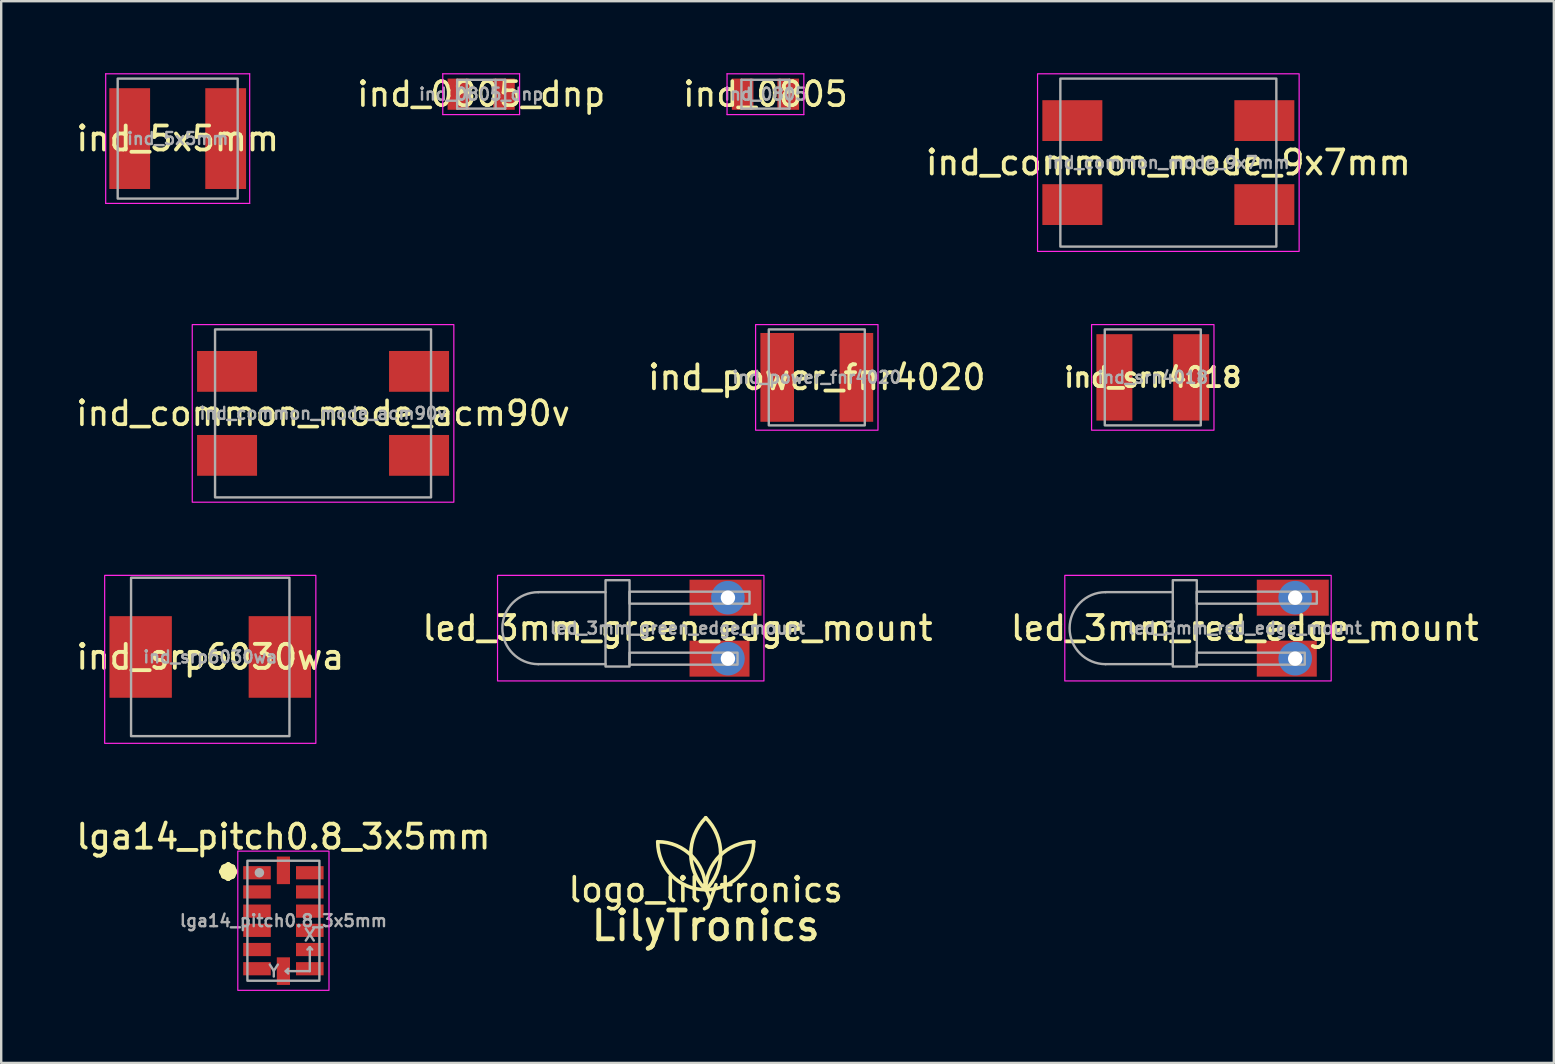
<source format=kicad_pcb>
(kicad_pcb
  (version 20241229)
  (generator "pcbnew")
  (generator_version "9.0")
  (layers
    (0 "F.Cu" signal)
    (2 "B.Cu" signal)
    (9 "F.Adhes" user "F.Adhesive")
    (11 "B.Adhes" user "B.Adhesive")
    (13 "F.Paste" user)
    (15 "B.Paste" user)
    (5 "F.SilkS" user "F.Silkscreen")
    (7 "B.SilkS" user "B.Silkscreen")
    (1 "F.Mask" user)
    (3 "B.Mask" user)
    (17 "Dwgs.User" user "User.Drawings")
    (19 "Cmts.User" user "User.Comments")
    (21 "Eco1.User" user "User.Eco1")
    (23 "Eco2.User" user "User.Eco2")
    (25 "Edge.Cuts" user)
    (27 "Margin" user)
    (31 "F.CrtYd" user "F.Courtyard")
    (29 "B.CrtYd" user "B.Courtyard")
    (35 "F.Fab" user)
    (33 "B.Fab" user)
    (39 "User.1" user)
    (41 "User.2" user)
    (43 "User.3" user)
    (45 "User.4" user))
  (footprint "lga14_pitch0.8_3x5mm"
    (layer "F.Cu")
    (at 8.759 35.316)
    (property "Reference" "lga14_pitch0.8_3x5mm" (at 0 -3.5 0) (layer "F.SilkS") (effects (font (size 1 1) (thickness 0.16))))
    (property "Pin_1_mark" "•" (at -2.3 -2.2 0) (layer "F.SilkS") (effects (font (size 2 2) (thickness 0.2))))
    (attr smd)
    (fp_rect (start -1.9 -2.9) (end 1.9 2.9) (stroke (width 0.05) (type solid)) (fill no) (layer "F.CrtYd"))
    (fp_line (start 0.1 2.1) (end 0.2 2) (stroke (width 0.1) (type default)) (layer "F.Fab"))
    (fp_line (start 0.1 2.1) (end 0.2 2.2) (stroke (width 0.1) (type default)) (layer "F.Fab"))
    (fp_line (start 1.1 1.1) (end 1 1.2) (stroke (width 0.1) (type default)) (layer "F.Fab"))
    (fp_line (start 1.1 1.1) (end 1.2 1.2) (stroke (width 0.1) (type default)) (layer "F.Fab"))
    (fp_line (start 1.1 2.1) (end 0.1 2.1) (stroke (width 0.1) (type default)) (layer "F.Fab"))
    (fp_line (start 1.1 2.1) (end 1.1 1.1) (stroke (width 0.1) (type default)) (layer "F.Fab"))
    (fp_rect (start -1.5 -2.5) (end 1.5 2.5) (stroke (width 0.1) (type solid)) (fill no) (layer "F.Fab"))
    (fp_circle (center -1 -2) (end -0.9 -2) (stroke (width 0.2) (type solid)) (fill no) (layer "F.Fab"))
    (fp_text user "${REFERENCE}" (at 0 0 0) (layer "F.Fab") (effects (font (size 0.5 0.5) (thickness 0.1))))
    (fp_text user "X" (at 1.1 0.6 0) (unlocked yes) (layer "F.Fab") (effects (font (size 0.5 0.5) (thickness 0.1) (bold yes))))
    (fp_text user "Y" (at -0.4 2.1 0) (unlocked yes) (layer "F.Fab") (effects (font (size 0.5 0.5) (thickness 0.1) (bold yes))))
    (pad "1" smd rect (at -1.1 -2) (size 1.15 0.55) (layers "F.Cu" "F.Mask" "F.Paste"))
    (pad "2" smd rect (at -1.1 -1.2) (size 1.15 0.55) (layers "F.Cu" "F.Mask" "F.Paste"))
    (pad "3" smd rect (at -1.1 -0.4) (size 1.15 0.55) (layers "F.Cu" "F.Mask" "F.Paste"))
    (pad "4" smd rect (at -1.1 0.4) (size 1.15 0.55) (layers "F.Cu" "F.Mask" "F.Paste"))
    (pad "5" smd rect (at -1.1 1.2) (size 1.15 0.55) (layers "F.Cu" "F.Mask" "F.Paste"))
    (pad "6" smd rect (at -1.1 2) (size 1.15 0.55) (layers "F.Cu" "F.Mask" "F.Paste"))
    (pad "7" smd rect (at 0 2.1 90) (size 1.15 0.55) (layers "F.Cu" "F.Mask" "F.Paste"))
    (pad "8" smd rect (at 1.1 2) (size 1.15 0.55) (layers "F.Cu" "F.Mask" "F.Paste"))
    (pad "9" smd rect (at 1.1 1.2) (size 1.15 0.55) (layers "F.Cu" "F.Mask" "F.Paste"))
    (pad "10" smd rect (at 1.1 0.4) (size 1.15 0.55) (layers "F.Cu" "F.Mask" "F.Paste"))
    (pad "11" smd rect (at 1.1 -0.4) (size 1.15 0.55) (layers "F.Cu" "F.Mask" "F.Paste"))
    (pad "12" smd rect (at 1.1 -1.2) (size 1.15 0.55) (layers "F.Cu" "F.Mask" "F.Paste"))
    (pad "13" smd rect (at 1.1 -2) (size 1.15 0.55) (layers "F.Cu" "F.Mask" "F.Paste"))
    (pad "14" smd rect (at 0 -2.1 90) (size 1.15 0.55) (layers "F.Cu" "F.Mask" "F.Paste")))
  (footprint "ind_srn4018"
    (layer "F.Cu")
    (at 44.985 12.675)
    (property "Reference" "ind_srn4018" (at 0 0 0) (layer "F.SilkS") (effects (font (size 0.8 0.8) (thickness 0.16))))
    (attr smd)
    (fp_rect (start -2.55 -2.2) (end 2.55 2.2) (stroke (width 0.05) (type solid)) (fill no) (layer "F.CrtYd"))
    (fp_rect (start -2 -2) (end 2 2) (stroke (width 0.1) (type solid)) (fill no) (layer "F.Fab"))
    (fp_text user "${REFERENCE}" (at 0 0 0) (layer "F.Fab") (effects (font (size 0.5 0.5) (thickness 0.1))))
    (pad "1" smd rect (at -1.6 0) (size 1.5 3.6) (layers "F.Cu" "F.Mask" "F.Paste"))
    (pad "2" smd rect (at 1.6 0) (size 1.5 3.6) (layers "F.Cu" "F.Mask" "F.Paste")))
  (footprint "led_3mm_green_edge_mount"
    (layer "F.Cu")
    (at 25.182 23.125)
    (property "Reference" "led_3mm_green_edge_mount" (at 0 0 0) (unlocked yes) (layer "F.SilkS") (effects (font (size 1 1) (thickness 0.16))))
    (attr through_hole exclude_from_pos_files)
    (fp_rect (start -7.5 -2.2) (end 3.6 2.2) (stroke (width 0.05) (type solid)) (fill no) (layer "F.CrtYd"))
    (fp_line (start -3 -1.5) (end -5.8 -1.5) (stroke (width 0.1) (type solid)) (layer "F.Fab"))
    (fp_line (start -3 1.5) (end -5.8 1.5) (stroke (width 0.1) (type solid)) (layer "F.Fab"))
    (fp_rect (start -3 -2) (end -2 1.6) (stroke (width 0.1) (type solid)) (fill no) (layer "F.Fab"))
    (fp_rect (start -2 -1.52) (end 3 -1.02) (stroke (width 0.1) (type solid)) (fill no) (layer "F.Fab"))
    (fp_rect (start -2 1.02) (end 2.5 1.52) (stroke (width 0.1) (type solid)) (fill no) (layer "F.Fab"))
    (fp_arc (start -5.8 1.5) (mid -7.3 0) (end -5.8 -1.5) (stroke (width 0.1) (type solid)) (layer "F.Fab"))
    (fp_text user "${REFERENCE}" (at 0 0 0) (unlocked yes) (layer "F.Fab") (effects (font (size 0.5 0.5) (thickness 0.1) (bold yes))))
    (pad "1" smd rect (at 2 -1.27) (size 3 1.5) (layers "F.Cu" "F.Mask"))
    (pad "1" thru_hole circle (at 2.1 -1.27) (size 1.4 1.4) (drill 0.6) (layers "*.Cu" "*.Mask"))
    (pad "2" smd rect (at 1.75 1.27) (size 2.5 1.5) (layers "F.Cu" "F.Mask"))
    (pad "2" thru_hole circle (at 2.1 1.27) (size 1.4 1.4) (drill 0.6) (layers "*.Cu" "*.Mask")))
  (footprint "ind_common_mode_acm90v"
    (layer "F.Cu")
    (at 10.411 14.175)
    (property "Reference" "ind_common_mode_acm90v" (at 0 0 0) (unlocked yes) (layer "F.SilkS") (effects (font (size 1 1) (thickness 0.15))))
    (attr smd)
    (fp_rect (start -5.45 -3.7) (end 5.45 3.7) (stroke (width 0.05) (type solid)) (fill no) (layer "F.CrtYd"))
    (fp_rect (start -4.5 -3.5) (end 4.5 3.5) (stroke (width 0.1) (type solid)) (fill no) (layer "F.Fab"))
    (fp_text user "${REFERENCE}" (at 0 0 0) (unlocked yes) (layer "F.Fab") (effects (font (size 0.5 0.5) (thickness 0.1) (bold yes))))
    (pad "1" smd rect (at -4 -1.75) (size 2.5 1.7) (layers "F.Cu" "F.Mask" "F.Paste"))
    (pad "2" smd rect (at -4 1.75) (size 2.5 1.7) (layers "F.Cu" "F.Mask" "F.Paste"))
    (pad "3" smd rect (at 4 1.75) (size 2.5 1.7) (layers "F.Cu" "F.Mask" "F.Paste"))
    (pad "4" smd rect (at 4 -1.75) (size 2.5 1.7) (layers "F.Cu" "F.Mask" "F.Paste")))
  (footprint "ind_0805"
    (layer "F.Cu")
    (at 28.845 0.875)
    (property "Reference" "ind_0805" (at 0 0 0) (layer "F.SilkS") (effects (font (size 1 1) (thickness 0.15))))
    (attr smd)
    (fp_line (start -1.6 -0.85) (end 1.6 -0.85) (stroke (width 0.05) (type solid)) (layer "F.CrtYd"))
    (fp_line (start -1.6 0.85) (end -1.6 -0.85) (stroke (width 0.05) (type solid)) (layer "F.CrtYd"))
    (fp_line (start 1.6 -0.85) (end 1.6 0.85) (stroke (width 0.05) (type solid)) (layer "F.CrtYd"))
    (fp_line (start 1.6 0.85) (end -1.6 0.85) (stroke (width 0.05) (type solid)) (layer "F.CrtYd"))
    (fp_line (start -1 -0.6) (end -1 0.6) (stroke (width 0.1) (type solid)) (layer "F.Fab"))
    (fp_line (start -1 0.6) (end 1 0.6) (stroke (width 0.1) (type solid)) (layer "F.Fab"))
    (fp_line (start -0.6 -0.6) (end -0.6 0.6) (stroke (width 0.1) (type solid)) (layer "F.Fab"))
    (fp_line (start 0.6 -0.6) (end 0.6 0.6) (stroke (width 0.1) (type solid)) (layer "F.Fab"))
    (fp_line (start 1 -0.6) (end -1 -0.6) (stroke (width 0.1) (type solid)) (layer "F.Fab"))
    (fp_line (start 1 0.6) (end 1 -0.6) (stroke (width 0.1) (type solid)) (layer "F.Fab"))
    (fp_text user "${REFERENCE}" (at 0 0 0) (layer "F.Fab") (effects (font (size 0.5 0.5) (thickness 0.1))))
    (pad "1" smd rect (at -0.95 0) (size 0.9 1.3) (layers "F.Cu" "F.Mask" "F.Paste"))
    (pad "2" smd rect (at 0.95 0) (size 0.9 1.3) (layers "F.Cu" "F.Mask" "F.Paste")))
  (footprint "logo_lilytronics"
    (layer "F.Cu")
    (at 26.357 34.025)
    (property "Reference" "logo_lilytronics" (at 0 -0.000002 0) (layer "F.SilkS") (effects (font (size 1 1) (thickness 0.15))))
    (attr exclude_from_pos_files exclude_from_bom allow_missing_courtyard)
    (fp_arc (start -1.999999 -2.000001) (mid -0.585785 -1.414215) (end 0.000001 -0.000001) (stroke (width 0.15) (type solid)) (layer "F.SilkS"))
    (fp_arc (start 0 0) (mid 0.585786 -1.414213) (end 2 -2) (stroke (width 0.15) (type solid)) (layer "F.SilkS"))
    (fp_arc (start 0.000001 -2.999999) (mid 0.621321 -1.5) (end 0.000001 -0.000001) (stroke (width 0.15) (type solid)) (layer "F.SilkS"))
    (fp_arc (start 0.000001 -0.000001) (mid -0.621319 -1.5) (end 0.000001 -2.999999) (stroke (width 0.15) (type solid)) (layer "F.SilkS"))
    (fp_arc (start 2 -2) (mid 0 0) (end -2 -2) (stroke (width 0.15) (type solid)) (layer "F.SilkS"))
    (fp_text user "LilyTronics" (at 0 1.5 0) (layer "F.SilkS") (effects (font (size 1.2 1.2) (thickness 0.2)))))
  (footprint "ind_srp6030wa"
    (layer "F.Cu")
    (at 5.711 24.325)
    (property "Reference" "ind_srp6030wa" (at 0 0 0) (layer "F.SilkS") (effects (font (size 1 1) (thickness 0.16))))
    (attr smd)
    (fp_rect (start -4.4 -3.4) (end 4.4 3.6) (stroke (width 0.05) (type solid)) (fill no) (layer "F.CrtYd"))
    (fp_rect (start -3.3 -3.3) (end 3.3 3.3) (stroke (width 0.1) (type solid)) (fill no) (layer "F.Fab"))
    (fp_text user "${REFERENCE}" (at 0 0 0) (layer "F.Fab") (effects (font (size 0.5 0.5) (thickness 0.1))))
    (pad "1" smd rect (at -2.9 0) (size 2.6 3.4) (layers "F.Cu" "F.Mask" "F.Paste"))
    (pad "2" smd rect (at 2.9 0) (size 2.6 3.4) (layers "F.Cu" "F.Mask" "F.Paste")))
  (footprint "led_3mm_red_edge_mount"
    (layer "F.Cu")
    (at 48.819 23.125)
    (property "Reference" "led_3mm_red_edge_mount" (at 0 0 0) (unlocked yes) (layer "F.SilkS") (effects (font (size 1 1) (thickness 0.16))))
    (attr through_hole exclude_from_pos_files)
    (fp_rect (start -7.5 -2.2) (end 3.6 2.2) (stroke (width 0.05) (type solid)) (fill no) (layer "F.CrtYd"))
    (fp_line (start -3 -1.5) (end -5.8 -1.5) (stroke (width 0.1) (type solid)) (layer "F.Fab"))
    (fp_line (start -3 1.5) (end -5.8 1.5) (stroke (width 0.1) (type solid)) (layer "F.Fab"))
    (fp_rect (start -3 -2) (end -2 1.6) (stroke (width 0.1) (type solid)) (fill no) (layer "F.Fab"))
    (fp_rect (start -2 -1.52) (end 3 -1.02) (stroke (width 0.1) (type solid)) (fill no) (layer "F.Fab"))
    (fp_rect (start -2 1.02) (end 2.5 1.52) (stroke (width 0.1) (type solid)) (fill no) (layer "F.Fab"))
    (fp_arc (start -5.8 1.5) (mid -7.3 0) (end -5.8 -1.5) (stroke (width 0.1) (type solid)) (layer "F.Fab"))
    (fp_text user "${REFERENCE}" (at 0 0 0) (unlocked yes) (layer "F.Fab") (effects (font (size 0.5 0.5) (thickness 0.1) (bold yes))))
    (pad "1" smd rect (at 2 -1.27) (size 3 1.5) (layers "F.Cu" "F.Mask"))
    (pad "1" thru_hole circle (at 2.1 -1.27) (size 1.4 1.4) (drill 0.6) (layers "*.Cu" "*.Mask"))
    (pad "2" smd rect (at 1.75 1.27) (size 2.5 1.5) (layers "F.Cu" "F.Mask"))
    (pad "2" thru_hole circle (at 2.1 1.27) (size 1.4 1.4) (drill 0.6) (layers "*.Cu" "*.Mask")))
  (footprint "ind_power_fnr4020"
    (layer "F.Cu")
    (at 30.985 12.675)
    (property "Reference" "ind_power_fnr4020" (at 0 0 0) (layer "F.SilkS") (effects (font (size 1 1) (thickness 0.16))))
    (attr smd)
    (fp_rect (start -2.55 -2.2) (end 2.55 2.2) (stroke (width 0.05) (type solid)) (fill no) (layer "F.CrtYd"))
    (fp_rect (start -2 -2) (end 2 2) (stroke (width 0.1) (type solid)) (fill no) (layer "F.Fab"))
    (fp_text user "${REFERENCE}" (at 0 0 0) (layer "F.Fab") (effects (font (size 0.5 0.5) (thickness 0.1))))
    (pad "1" smd rect (at -1.65 0) (size 1.4 3.7) (layers "F.Cu" "F.Mask" "F.Paste"))
    (pad "2" smd rect (at 1.65 0) (size 1.4 3.7) (layers "F.Cu" "F.Mask" "F.Paste")))
  (footprint "ind_0805_dnp"
    (layer "F.Cu")
    (at 17 0.875)
    (property "Reference" "ind_0805_dnp" (at 0 0 0) (layer "F.SilkS") (effects (font (size 1 1) (thickness 0.15))))
    (attr smd board_only exclude_from_pos_files exclude_from_bom dnp)
    (fp_line (start -1.6 -0.85) (end 1.6 -0.85) (stroke (width 0.05) (type solid)) (layer "F.CrtYd"))
    (fp_line (start -1.6 0.85) (end -1.6 -0.85) (stroke (width 0.05) (type solid)) (layer "F.CrtYd"))
    (fp_line (start 1.6 -0.85) (end 1.6 0.85) (stroke (width 0.05) (type solid)) (layer "F.CrtYd"))
    (fp_line (start 1.6 0.85) (end -1.6 0.85) (stroke (width 0.05) (type solid)) (layer "F.CrtYd"))
    (fp_line (start -1 -0.6) (end -1 0.6) (stroke (width 0.1) (type solid)) (layer "F.Fab"))
    (fp_line (start -1 0.6) (end 1 0.6) (stroke (width 0.1) (type solid)) (layer "F.Fab"))
    (fp_line (start -0.6 -0.6) (end -0.6 0.6) (stroke (width 0.1) (type solid)) (layer "F.Fab"))
    (fp_line (start 0.6 -0.6) (end 0.6 0.6) (stroke (width 0.1) (type solid)) (layer "F.Fab"))
    (fp_line (start 1 -0.6) (end -1 -0.6) (stroke (width 0.1) (type solid)) (layer "F.Fab"))
    (fp_line (start 1 0.6) (end 1 -0.6) (stroke (width 0.1) (type solid)) (layer "F.Fab"))
    (fp_text user "${REFERENCE}" (at 0 0 0) (layer "F.Fab") (effects (font (size 0.5 0.5) (thickness 0.1))))
    (pad "1" smd rect (at -0.95 0) (size 0.9 1.3) (layers "F.Cu" "F.Mask" "F.Paste"))
    (pad "2" smd rect (at 0.95 0) (size 0.9 1.3) (layers "F.Cu" "F.Mask" "F.Paste")))
  (footprint "ind_common_mode_9x7mm"
    (layer "F.Cu")
    (at 45.634 3.725)
    (property "Reference" "ind_common_mode_9x7mm" (at 0 0 0) (unlocked yes) (layer "F.SilkS") (effects (font (size 1 1) (thickness 0.16))))
    (attr smd)
    (fp_rect (start -5.45 -3.7) (end 5.45 3.7) (stroke (width 0.05) (type solid)) (fill no) (layer "F.CrtYd"))
    (fp_rect (start -4.5 -3.5) (end 4.5 3.5) (stroke (width 0.1) (type solid)) (fill no) (layer "F.Fab"))
    (fp_text user "${REFERENCE}" (at 0 0 0) (unlocked yes) (layer "F.Fab") (effects (font (size 0.5 0.5) (thickness 0.1) (bold yes))))
    (pad "1" smd rect (at -4 -1.75) (size 2.5 1.7) (layers "F.Cu" "F.Mask" "F.Paste"))
    (pad "2" smd rect (at -4 1.75) (size 2.5 1.7) (layers "F.Cu" "F.Mask" "F.Paste"))
    (pad "3" smd rect (at 4 1.75) (size 2.5 1.7) (layers "F.Cu" "F.Mask" "F.Paste"))
    (pad "4" smd rect (at 4 -1.75) (size 2.5 1.7) (layers "F.Cu" "F.Mask" "F.Paste")))
  (footprint "ind_5x5mm"
    (layer "F.Cu")
    (at 4.354 2.725)
    (property "Reference" "ind_5x5mm" (at 0 0 0) (layer "F.SilkS") (effects (font (size 1 1) (thickness 0.16))))
    (attr smd)
    (fp_line (start -3 -2.7) (end 3 -2.7) (stroke (width 0.05) (type solid)) (layer "F.CrtYd"))
    (fp_line (start -3 2.7) (end -3 -2.7) (stroke (width 0.05) (type solid)) (layer "F.CrtYd"))
    (fp_line (start 3 -2.7) (end 3 2.7) (stroke (width 0.05) (type solid)) (layer "F.CrtYd"))
    (fp_line (start 3 2.7) (end -3 2.7) (stroke (width 0.05) (type solid)) (layer "F.CrtYd"))
    (fp_rect (start -2.5 -2.5) (end 2.5 2.5) (stroke (width 0.1) (type solid)) (fill no) (layer "F.Fab"))
    (fp_text user "${REFERENCE}" (at 0 0 0) (layer "F.Fab") (effects (font (size 0.5 0.5) (thickness 0.1))))
    (pad "1" smd rect (at -2 0) (size 1.7 4.2) (layers "F.Cu" "F.Mask" "F.Paste"))
    (pad "2" smd rect (at 2 0) (size 1.7 4.2) (layers "F.Cu" "F.Mask" "F.Paste")))
  (gr_rect
    (start -3 -3)
    (end 61.697 41.241)
    (stroke (width 0.1) (type default))
    (fill no)
    (layer "Edge.Cuts")))
</source>
